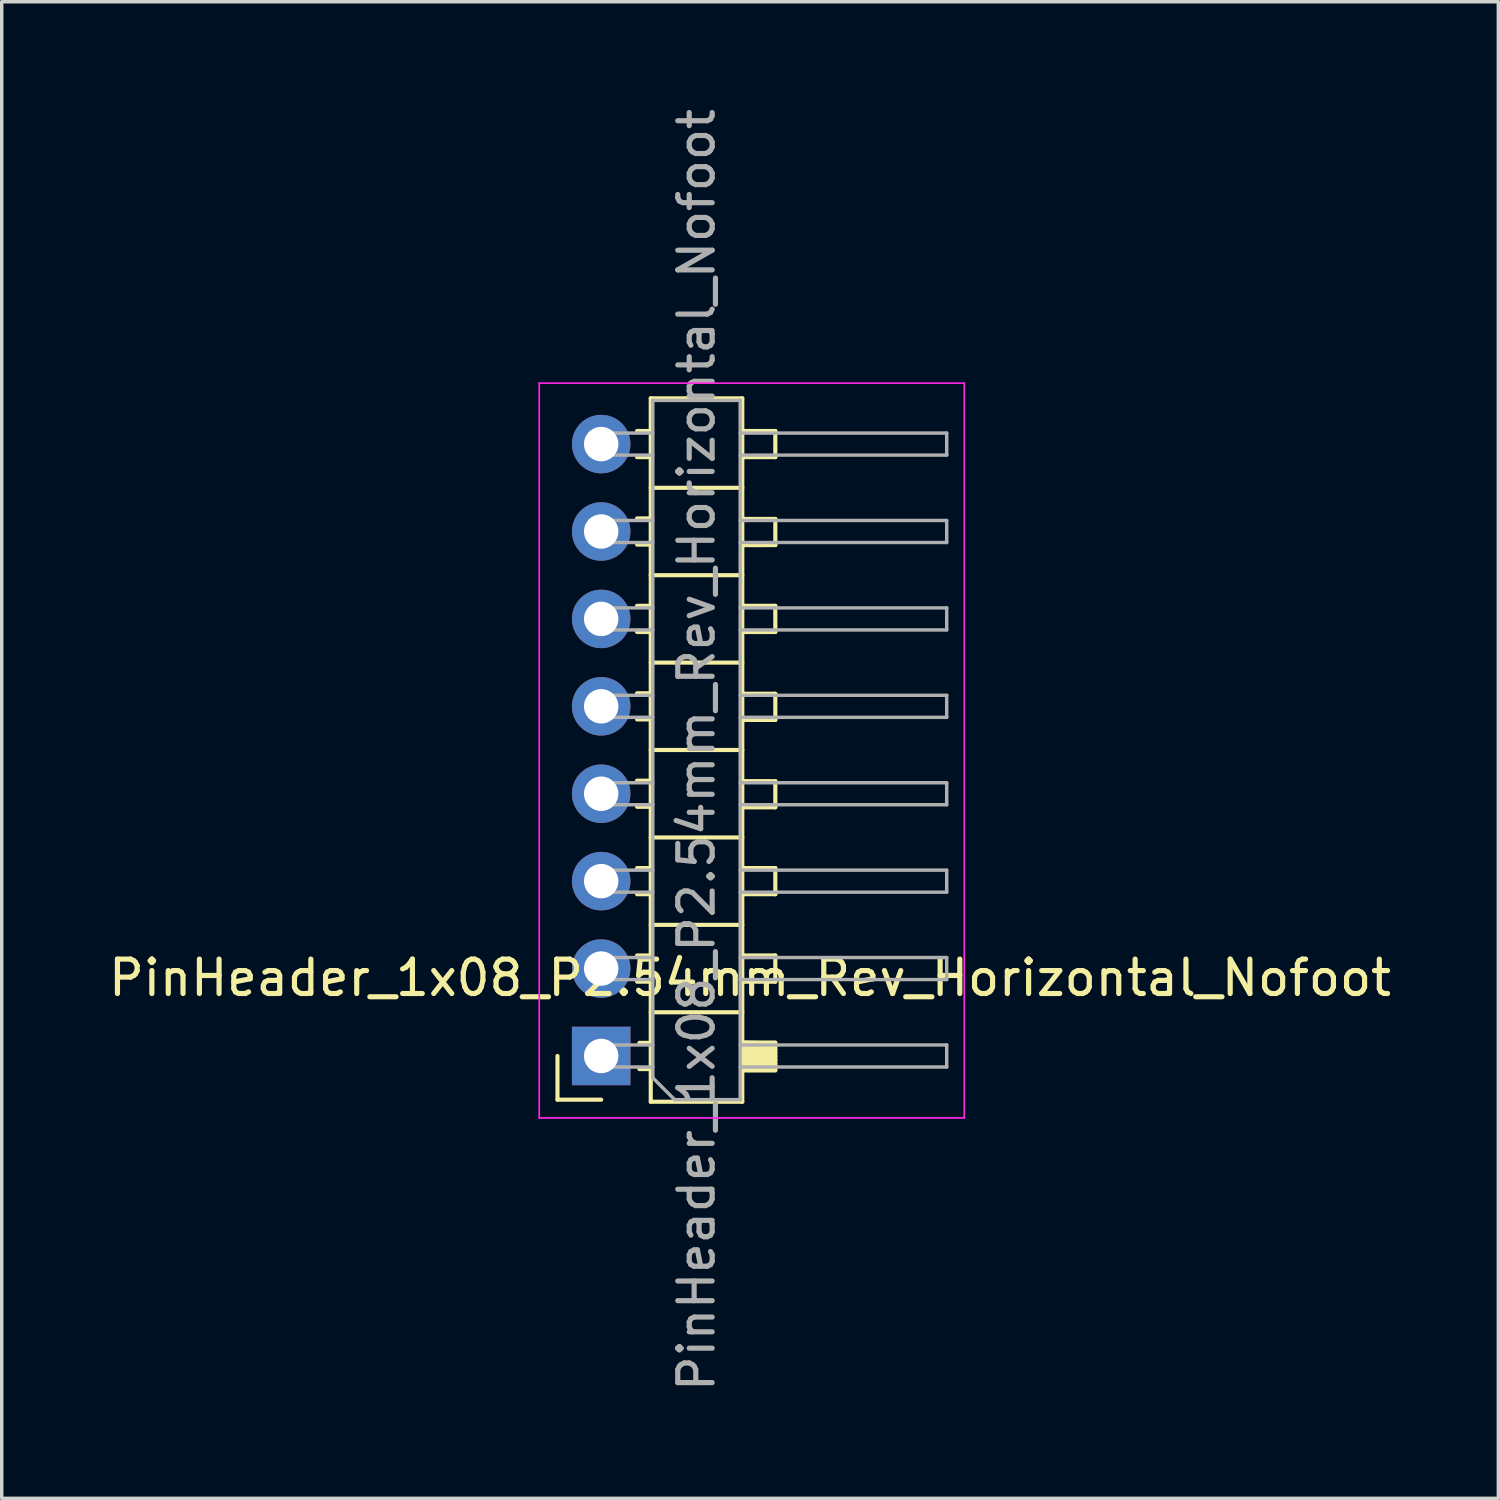
<source format=kicad_pcb>
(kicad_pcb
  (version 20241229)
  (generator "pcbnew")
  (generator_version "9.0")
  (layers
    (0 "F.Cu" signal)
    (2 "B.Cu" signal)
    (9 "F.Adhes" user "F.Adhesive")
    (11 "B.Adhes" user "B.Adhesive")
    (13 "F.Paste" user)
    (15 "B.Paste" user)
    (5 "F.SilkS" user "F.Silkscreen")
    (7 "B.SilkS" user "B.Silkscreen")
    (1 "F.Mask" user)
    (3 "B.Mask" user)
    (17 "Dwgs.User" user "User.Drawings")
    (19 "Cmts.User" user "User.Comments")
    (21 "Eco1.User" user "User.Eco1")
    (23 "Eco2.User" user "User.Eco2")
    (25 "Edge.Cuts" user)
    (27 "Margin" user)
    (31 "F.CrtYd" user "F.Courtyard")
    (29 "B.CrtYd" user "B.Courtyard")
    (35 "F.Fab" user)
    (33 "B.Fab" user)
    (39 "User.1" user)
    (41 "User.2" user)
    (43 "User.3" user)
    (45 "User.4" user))
  (footprint "PinHeader_1x08_P2.54mm_Rev_Horizontal_Nofoot"
    (layer "F.Cu")
    (at 14.399 9.788)
    (property "Reference" "PinHeader_1x08_P2.54mm_Rev_Horizontal_Nofoot" (at 4.345 15.576 0) (layer "F.SilkS") (effects (font (size 1 1) (thickness 0.15))))
    (attr through_hole)
    (fp_line (start -1.25 17.846) (end -1.25 19.116) (stroke (width 0.12) (type solid)) (layer "F.SilkS"))
    (fp_line (start -1.25 19.116) (end 0.02 19.116) (stroke (width 0.12) (type solid)) (layer "F.SilkS"))
    (fp_line (start 1.063 -0.314) (end 1.46 -0.314) (stroke (width 0.12) (type solid)) (layer "F.SilkS"))
    (fp_line (start 1.063 0.446) (end 1.46 0.446) (stroke (width 0.12) (type solid)) (layer "F.SilkS"))
    (fp_line (start 1.063 2.226) (end 1.46 2.226) (stroke (width 0.12) (type solid)) (layer "F.SilkS"))
    (fp_line (start 1.063 2.986) (end 1.46 2.986) (stroke (width 0.12) (type solid)) (layer "F.SilkS"))
    (fp_line (start 1.063 4.766) (end 1.46 4.766) (stroke (width 0.12) (type solid)) (layer "F.SilkS"))
    (fp_line (start 1.063 5.526) (end 1.46 5.526) (stroke (width 0.12) (type solid)) (layer "F.SilkS"))
    (fp_line (start 1.063 7.306) (end 1.46 7.306) (stroke (width 0.12) (type solid)) (layer "F.SilkS"))
    (fp_line (start 1.063 8.066) (end 1.46 8.066) (stroke (width 0.12) (type solid)) (layer "F.SilkS"))
    (fp_line (start 1.063 9.846) (end 1.46 9.846) (stroke (width 0.12) (type solid)) (layer "F.SilkS"))
    (fp_line (start 1.063 10.606) (end 1.46 10.606) (stroke (width 0.12) (type solid)) (layer "F.SilkS"))
    (fp_line (start 1.063 12.386) (end 1.46 12.386) (stroke (width 0.12) (type solid)) (layer "F.SilkS"))
    (fp_line (start 1.063 13.146) (end 1.46 13.146) (stroke (width 0.12) (type solid)) (layer "F.SilkS"))
    (fp_line (start 1.063 14.926) (end 1.46 14.926) (stroke (width 0.12) (type solid)) (layer "F.SilkS"))
    (fp_line (start 1.063 15.686) (end 1.46 15.686) (stroke (width 0.12) (type solid)) (layer "F.SilkS"))
    (fp_line (start 1.13 17.466) (end 1.46 17.466) (stroke (width 0.12) (type solid)) (layer "F.SilkS"))
    (fp_line (start 1.13 18.226) (end 1.46 18.226) (stroke (width 0.12) (type solid)) (layer "F.SilkS"))
    (fp_line (start 1.46 -1.264) (end 4.12 -1.264) (stroke (width 0.12) (type solid)) (layer "F.SilkS"))
    (fp_line (start 1.46 1.336) (end 4.12 1.336) (stroke (width 0.12) (type solid)) (layer "F.SilkS"))
    (fp_line (start 1.46 3.876) (end 4.12 3.876) (stroke (width 0.12) (type solid)) (layer "F.SilkS"))
    (fp_line (start 1.46 6.416) (end 4.12 6.416) (stroke (width 0.12) (type solid)) (layer "F.SilkS"))
    (fp_line (start 1.46 8.956) (end 4.12 8.956) (stroke (width 0.12) (type solid)) (layer "F.SilkS"))
    (fp_line (start 1.46 11.496) (end 4.12 11.496) (stroke (width 0.12) (type solid)) (layer "F.SilkS"))
    (fp_line (start 1.46 14.036) (end 4.12 14.036) (stroke (width 0.12) (type solid)) (layer "F.SilkS"))
    (fp_line (start 1.46 16.576) (end 4.12 16.576) (stroke (width 0.12) (type solid)) (layer "F.SilkS"))
    (fp_line (start 1.46 19.176) (end 1.46 -1.264) (stroke (width 0.12) (type solid)) (layer "F.SilkS"))
    (fp_line (start 4.12 -1.264) (end 4.12 19.176) (stroke (width 0.12) (type solid)) (layer "F.SilkS"))
    (fp_line (start 4.12 0.446) (end 5.08 0.446) (stroke (width 0.12) (type solid)) (layer "F.SilkS"))
    (fp_line (start 4.12 3.002) (end 5.08 3.001) (stroke (width 0.12) (type solid)) (layer "F.SilkS"))
    (fp_line (start 4.12 5.526) (end 5.08 5.526) (stroke (width 0.12) (type solid)) (layer "F.SilkS"))
    (fp_line (start 4.12 8.082) (end 5.08 8.081) (stroke (width 0.12) (type solid)) (layer "F.SilkS"))
    (fp_line (start 4.12 10.622) (end 5.08 10.621) (stroke (width 0.12) (type solid)) (layer "F.SilkS"))
    (fp_line (start 4.12 13.146) (end 5.08 13.146) (stroke (width 0.12) (type solid)) (layer "F.SilkS"))
    (fp_line (start 4.12 15.686) (end 5.08 15.686) (stroke (width 0.12) (type solid)) (layer "F.SilkS"))
    (fp_line (start 4.12 18.046) (end 5.08 18.046) (stroke (width 0.12) (type solid)) (layer "F.SilkS"))
    (fp_line (start 4.12 19.176) (end 1.46 19.176) (stroke (width 0.12) (type solid)) (layer "F.SilkS"))
    (fp_line (start 4.166 17.455) (end 5.08 17.455) (stroke (width 0.12) (type default)) (layer "F.SilkS"))
    (fp_line (start 4.166 17.556) (end 5.08 17.556) (stroke (width 0.12) (type default)) (layer "F.SilkS"))
    (fp_line (start 4.166 17.658) (end 5.08 17.658) (stroke (width 0.12) (type default)) (layer "F.SilkS"))
    (fp_line (start 4.166 17.76) (end 5.08 17.76) (stroke (width 0.12) (type default)) (layer "F.SilkS"))
    (fp_line (start 4.166 17.861) (end 5.08 17.861) (stroke (width 0.12) (type default)) (layer "F.SilkS"))
    (fp_line (start 4.166 17.963) (end 5.08 17.963) (stroke (width 0.12) (type default)) (layer "F.SilkS"))
    (fp_line (start 4.166 18.115) (end 5.08 18.115) (stroke (width 0.12) (type default)) (layer "F.SilkS"))
    (fp_line (start 4.166 18.217) (end 5.08 18.217) (stroke (width 0.12) (type default)) (layer "F.SilkS"))
    (fp_line (start 4.166 18.268) (end 5.08 18.268) (stroke (width 0.12) (type default)) (layer "F.SilkS"))
    (fp_line (start 5.08 -0.314) (end 4.12 -0.314) (stroke (width 0.12) (type solid)) (layer "F.SilkS"))
    (fp_line (start 5.08 0.446) (end 5.08 -0.314) (stroke (width 0.12) (type solid)) (layer "F.SilkS"))
    (fp_line (start 5.08 2.241) (end 4.12 2.24) (stroke (width 0.12) (type solid)) (layer "F.SilkS"))
    (fp_line (start 5.08 3.001) (end 5.08 2.241) (stroke (width 0.12) (type solid)) (layer "F.SilkS"))
    (fp_line (start 5.08 4.766) (end 4.12 4.766) (stroke (width 0.12) (type solid)) (layer "F.SilkS"))
    (fp_line (start 5.08 5.526) (end 5.08 4.766) (stroke (width 0.12) (type solid)) (layer "F.SilkS"))
    (fp_line (start 5.08 7.321) (end 4.12 7.32) (stroke (width 0.12) (type solid)) (layer "F.SilkS"))
    (fp_line (start 5.08 8.081) (end 5.08 7.321) (stroke (width 0.12) (type solid)) (layer "F.SilkS"))
    (fp_line (start 5.08 9.861) (end 4.191 9.86) (stroke (width 0.12) (type solid)) (layer "F.SilkS"))
    (fp_line (start 5.08 10.621) (end 5.08 9.861) (stroke (width 0.12) (type solid)) (layer "F.SilkS"))
    (fp_line (start 5.08 12.386) (end 4.12 12.386) (stroke (width 0.12) (type solid)) (layer "F.SilkS"))
    (fp_line (start 5.08 13.146) (end 5.08 12.386) (stroke (width 0.12) (type solid)) (layer "F.SilkS"))
    (fp_line (start 5.08 14.926) (end 4.12 14.926) (stroke (width 0.12) (type solid)) (layer "F.SilkS"))
    (fp_line (start 5.08 15.686) (end 5.08 14.926) (stroke (width 0.12) (type solid)) (layer "F.SilkS"))
    (fp_line (start 5.08 17.481) (end 4.115 17.455) (stroke (width 0.12) (type solid)) (layer "F.SilkS"))
    (fp_line (start 5.08 18.241) (end 5.08 17.481) (stroke (width 0.12) (type solid)) (layer "F.SilkS"))
    (fp_line (start -1.78 -1.704) (end 10.57 -1.704) (stroke (width 0.05) (type solid)) (layer "F.CrtYd"))
    (fp_line (start -1.78 19.646) (end -1.78 -1.704) (stroke (width 0.05) (type solid)) (layer "F.CrtYd"))
    (fp_line (start 10.57 -1.704) (end 10.57 19.646) (stroke (width 0.05) (type solid)) (layer "F.CrtYd"))
    (fp_line (start 10.57 19.646) (end -1.78 19.646) (stroke (width 0.05) (type solid)) (layer "F.CrtYd"))
    (fp_line (start -0.3 -0.254) (end 1.52 -0.254) (stroke (width 0.1) (type solid)) (layer "F.Fab"))
    (fp_line (start -0.3 0.386) (end -0.3 -0.254) (stroke (width 0.1) (type solid)) (layer "F.Fab"))
    (fp_line (start -0.3 0.386) (end 1.52 0.386) (stroke (width 0.1) (type solid)) (layer "F.Fab"))
    (fp_line (start -0.3 2.286) (end 1.52 2.286) (stroke (width 0.1) (type solid)) (layer "F.Fab"))
    (fp_line (start -0.3 2.926) (end -0.3 2.286) (stroke (width 0.1) (type solid)) (layer "F.Fab"))
    (fp_line (start -0.3 2.926) (end 1.52 2.926) (stroke (width 0.1) (type solid)) (layer "F.Fab"))
    (fp_line (start -0.3 4.826) (end 1.52 4.826) (stroke (width 0.1) (type solid)) (layer "F.Fab"))
    (fp_line (start -0.3 5.466) (end -0.3 4.826) (stroke (width 0.1) (type solid)) (layer "F.Fab"))
    (fp_line (start -0.3 5.466) (end 1.52 5.466) (stroke (width 0.1) (type solid)) (layer "F.Fab"))
    (fp_line (start -0.3 7.366) (end 1.52 7.366) (stroke (width 0.1) (type solid)) (layer "F.Fab"))
    (fp_line (start -0.3 8.006) (end -0.3 7.366) (stroke (width 0.1) (type solid)) (layer "F.Fab"))
    (fp_line (start -0.3 8.006) (end 1.52 8.006) (stroke (width 0.1) (type solid)) (layer "F.Fab"))
    (fp_line (start -0.3 9.906) (end 1.52 9.906) (stroke (width 0.1) (type solid)) (layer "F.Fab"))
    (fp_line (start -0.3 10.546) (end -0.3 9.906) (stroke (width 0.1) (type solid)) (layer "F.Fab"))
    (fp_line (start -0.3 10.546) (end 1.52 10.546) (stroke (width 0.1) (type solid)) (layer "F.Fab"))
    (fp_line (start -0.3 12.446) (end 1.52 12.446) (stroke (width 0.1) (type solid)) (layer "F.Fab"))
    (fp_line (start -0.3 13.086) (end -0.3 12.446) (stroke (width 0.1) (type solid)) (layer "F.Fab"))
    (fp_line (start -0.3 13.086) (end 1.52 13.086) (stroke (width 0.1) (type solid)) (layer "F.Fab"))
    (fp_line (start -0.3 14.986) (end 1.52 14.986) (stroke (width 0.1) (type solid)) (layer "F.Fab"))
    (fp_line (start -0.3 15.626) (end -0.3 14.986) (stroke (width 0.1) (type solid)) (layer "F.Fab"))
    (fp_line (start -0.3 15.626) (end 1.52 15.626) (stroke (width 0.1) (type solid)) (layer "F.Fab"))
    (fp_line (start -0.3 17.526) (end 1.52 17.526) (stroke (width 0.1) (type solid)) (layer "F.Fab"))
    (fp_line (start -0.3 18.166) (end -0.3 17.526) (stroke (width 0.1) (type solid)) (layer "F.Fab"))
    (fp_line (start -0.3 18.166) (end 1.52 18.166) (stroke (width 0.1) (type solid)) (layer "F.Fab"))
    (fp_line (start 1.52 -1.204) (end 1.52 18.481) (stroke (width 0.1) (type solid)) (layer "F.Fab"))
    (fp_line (start 1.52 18.481) (end 2.155 19.116) (stroke (width 0.1) (type solid)) (layer "F.Fab"))
    (fp_line (start 2.155 19.116) (end 4.06 19.116) (stroke (width 0.1) (type solid)) (layer "F.Fab"))
    (fp_line (start 4.06 -1.204) (end 1.52 -1.204) (stroke (width 0.1) (type solid)) (layer "F.Fab"))
    (fp_line (start 4.06 -0.254) (end 10.06 -0.254) (stroke (width 0.1) (type solid)) (layer "F.Fab"))
    (fp_line (start 4.06 0.386) (end 10.06 0.386) (stroke (width 0.1) (type solid)) (layer "F.Fab"))
    (fp_line (start 4.06 2.286) (end 10.06 2.286) (stroke (width 0.1) (type solid)) (layer "F.Fab"))
    (fp_line (start 4.06 2.926) (end 10.06 2.926) (stroke (width 0.1) (type solid)) (layer "F.Fab"))
    (fp_line (start 4.06 4.826) (end 10.06 4.826) (stroke (width 0.1) (type solid)) (layer "F.Fab"))
    (fp_line (start 4.06 5.466) (end 10.06 5.466) (stroke (width 0.1) (type solid)) (layer "F.Fab"))
    (fp_line (start 4.06 7.366) (end 10.06 7.366) (stroke (width 0.1) (type solid)) (layer "F.Fab"))
    (fp_line (start 4.06 8.006) (end 10.06 8.006) (stroke (width 0.1) (type solid)) (layer "F.Fab"))
    (fp_line (start 4.06 9.906) (end 10.06 9.906) (stroke (width 0.1) (type solid)) (layer "F.Fab"))
    (fp_line (start 4.06 10.546) (end 10.06 10.546) (stroke (width 0.1) (type solid)) (layer "F.Fab"))
    (fp_line (start 4.06 12.446) (end 10.06 12.446) (stroke (width 0.1) (type solid)) (layer "F.Fab"))
    (fp_line (start 4.06 13.086) (end 10.06 13.086) (stroke (width 0.1) (type solid)) (layer "F.Fab"))
    (fp_line (start 4.06 14.986) (end 10.06 14.986) (stroke (width 0.1) (type solid)) (layer "F.Fab"))
    (fp_line (start 4.06 15.626) (end 10.06 15.626) (stroke (width 0.1) (type solid)) (layer "F.Fab"))
    (fp_line (start 4.06 17.526) (end 10.06 17.526) (stroke (width 0.1) (type solid)) (layer "F.Fab"))
    (fp_line (start 4.06 18.166) (end 10.06 18.166) (stroke (width 0.1) (type solid)) (layer "F.Fab"))
    (fp_line (start 4.06 19.116) (end 4.06 -1.204) (stroke (width 0.1) (type solid)) (layer "F.Fab"))
    (fp_line (start 10.06 0.386) (end 10.06 -0.254) (stroke (width 0.1) (type solid)) (layer "F.Fab"))
    (fp_line (start 10.06 2.926) (end 10.06 2.286) (stroke (width 0.1) (type solid)) (layer "F.Fab"))
    (fp_line (start 10.06 5.466) (end 10.06 4.826) (stroke (width 0.1) (type solid)) (layer "F.Fab"))
    (fp_line (start 10.06 8.006) (end 10.06 7.366) (stroke (width 0.1) (type solid)) (layer "F.Fab"))
    (fp_line (start 10.06 10.546) (end 10.06 9.906) (stroke (width 0.1) (type solid)) (layer "F.Fab"))
    (fp_line (start 10.06 13.086) (end 10.06 12.446) (stroke (width 0.1) (type solid)) (layer "F.Fab"))
    (fp_line (start 10.06 15.626) (end 10.06 14.986) (stroke (width 0.1) (type solid)) (layer "F.Fab"))
    (fp_line (start 10.06 18.166) (end 10.06 17.526) (stroke (width 0.1) (type solid)) (layer "F.Fab"))
    (fp_text user "${REFERENCE}" (at 2.79 8.956 90) (layer "F.Fab") (effects (font (size 1 1) (thickness 0.15))))
    (pad "1" thru_hole rect (at 0.02 17.846) (size 1.7 1.7) (drill 1) (layers "*.Cu" "*.Mask"))
    (pad "2" thru_hole oval (at 0.02 15.306) (size 1.7 1.7) (drill 1) (layers "*.Cu" "*.Mask"))
    (pad "3" thru_hole oval (at 0.02 12.766) (size 1.7 1.7) (drill 1) (layers "*.Cu" "*.Mask"))
    (pad "4" thru_hole oval (at 0.02 10.226) (size 1.7 1.7) (drill 1) (layers "*.Cu" "*.Mask"))
    (pad "5" thru_hole oval (at 0.02 7.686) (size 1.7 1.7) (drill 1) (layers "*.Cu" "*.Mask"))
    (pad "6" thru_hole oval (at 0.02 5.146) (size 1.7 1.7) (drill 1) (layers "*.Cu" "*.Mask"))
    (pad "7" thru_hole oval (at 0.02 2.606) (size 1.7 1.7) (drill 1) (layers "*.Cu" "*.Mask"))
    (pad "8" thru_hole oval (at 0.02 0.066) (size 1.7 1.7) (drill 1) (layers "*.Cu" "*.Mask")))
  (gr_rect
    (start -3 -3)
    (end 40.488 40.488)
    (stroke (width 0.1) (type default))
    (fill no)
    (layer "Edge.Cuts")))
</source>
